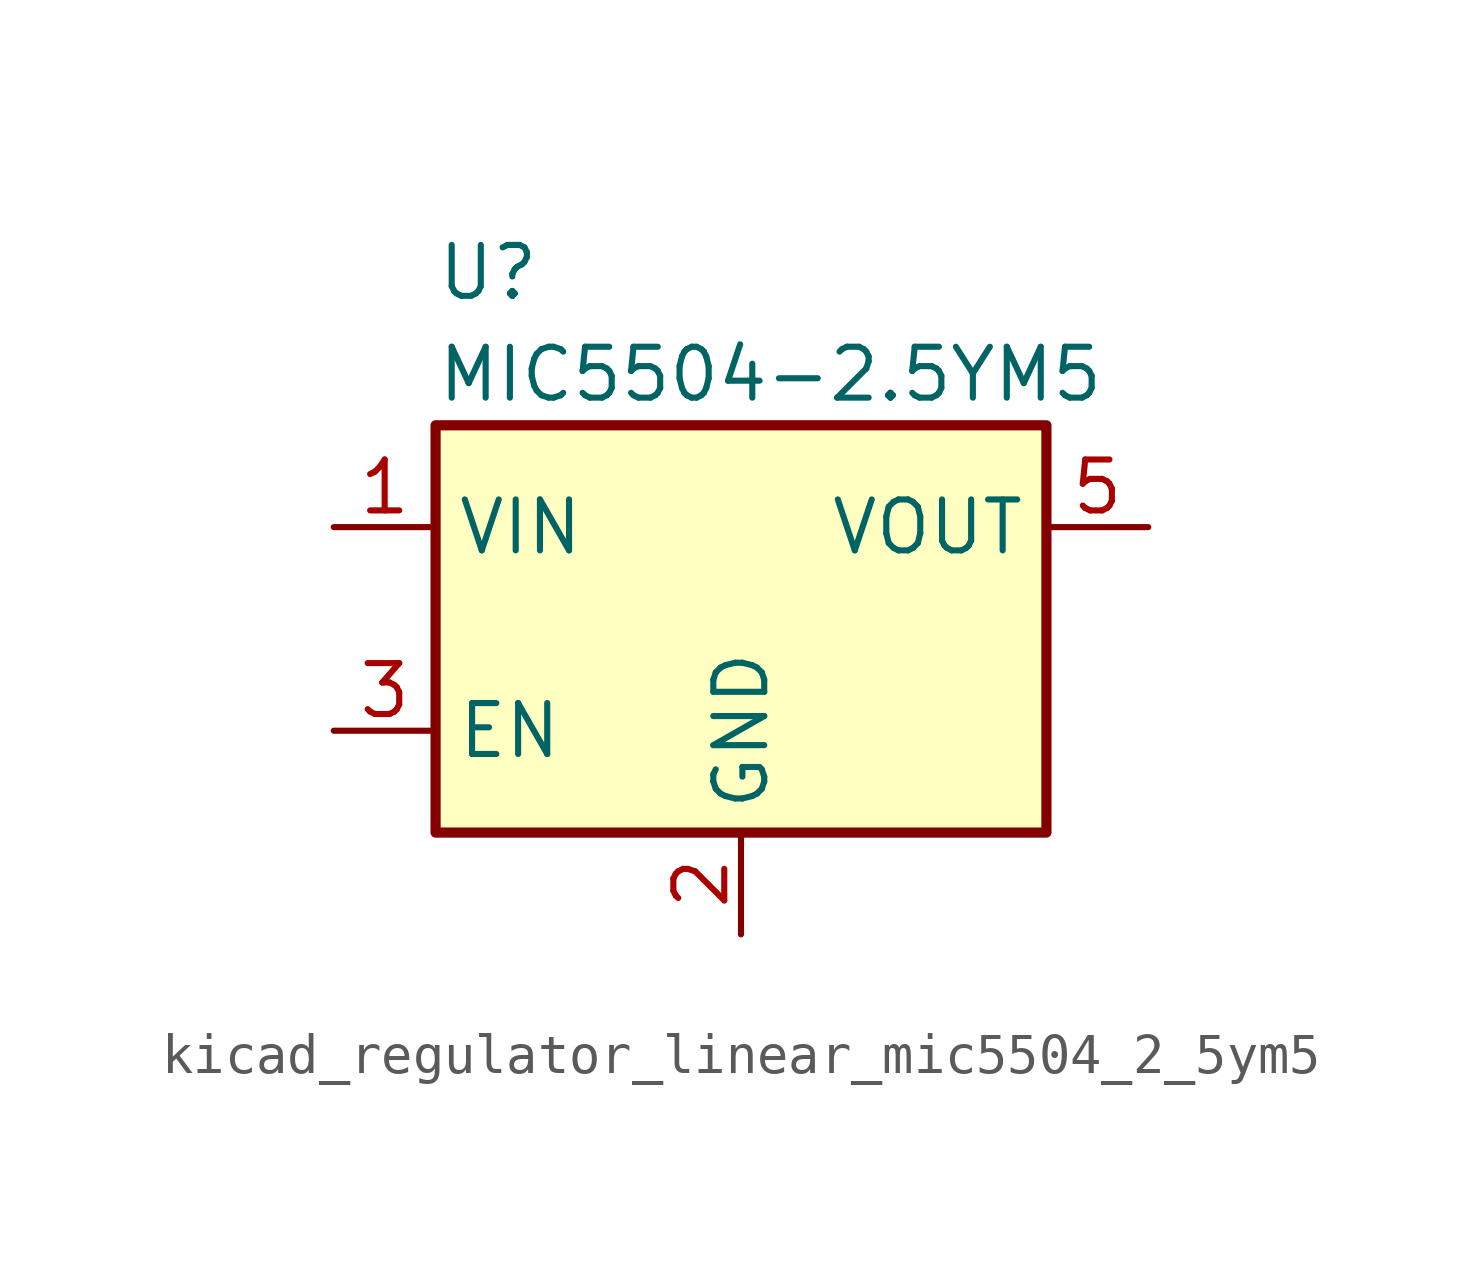
<source format=kicad_sym>
(kicad_symbol_lib
  (version 20220914)
  (generator kicad_symbol_editor)
  (symbol "kicad_regulator_linear_mic5504_2_5ym5"
    (property "Reference" "U"
      (at -7.62 8.89 0)
      (effects (font (size 1.27 1.27)) (justify left)))
    (property "Value" "MIC5504-2.5YM5"
      (at -7.62 6.35 0)
      (effects (font (size 1.27 1.27)) (justify left)))
    (symbol "kicad_regulator_linear_mic5504_2_5ym5_0_1"
      (rectangle (start -7.62 -5.08) (end 7.62 5.08) (stroke (width 0.254) (type default)) (fill (type background))))
    (symbol "kicad_regulator_linear_mic5504_2_5ym5_1_1"
      (pin power_in line (at -10.16 2.54 0) (length 2.54) (name "VIN" (effects (font (size 1.27 1.27)))) (number "1" (effects (font (size 1.27 1.27)))))
      (pin power_in line (at 0 -7.62 90) (length 2.54) (name "GND" (effects (font (size 1.27 1.27)))) (number "2" (effects (font (size 1.27 1.27)))))
      (pin input line (at -10.16 -2.54 0) (length 2.54) (name "EN" (effects (font (size 1.27 1.27)))) (number "3" (effects (font (size 1.27 1.27)))))
      (pin no_connect line (at 7.62 -2.54 180) (length 2.54) hide (name "NC" (effects (font (size 1.27 1.27)))) (number "4" (effects (font (size 1.27 1.27)))))
      (pin power_out line (at 10.16 2.54 180) (length 2.54) (name "VOUT" (effects (font (size 1.27 1.27)))) (number "5" (effects (font (size 1.27 1.27))))))))
</source>
